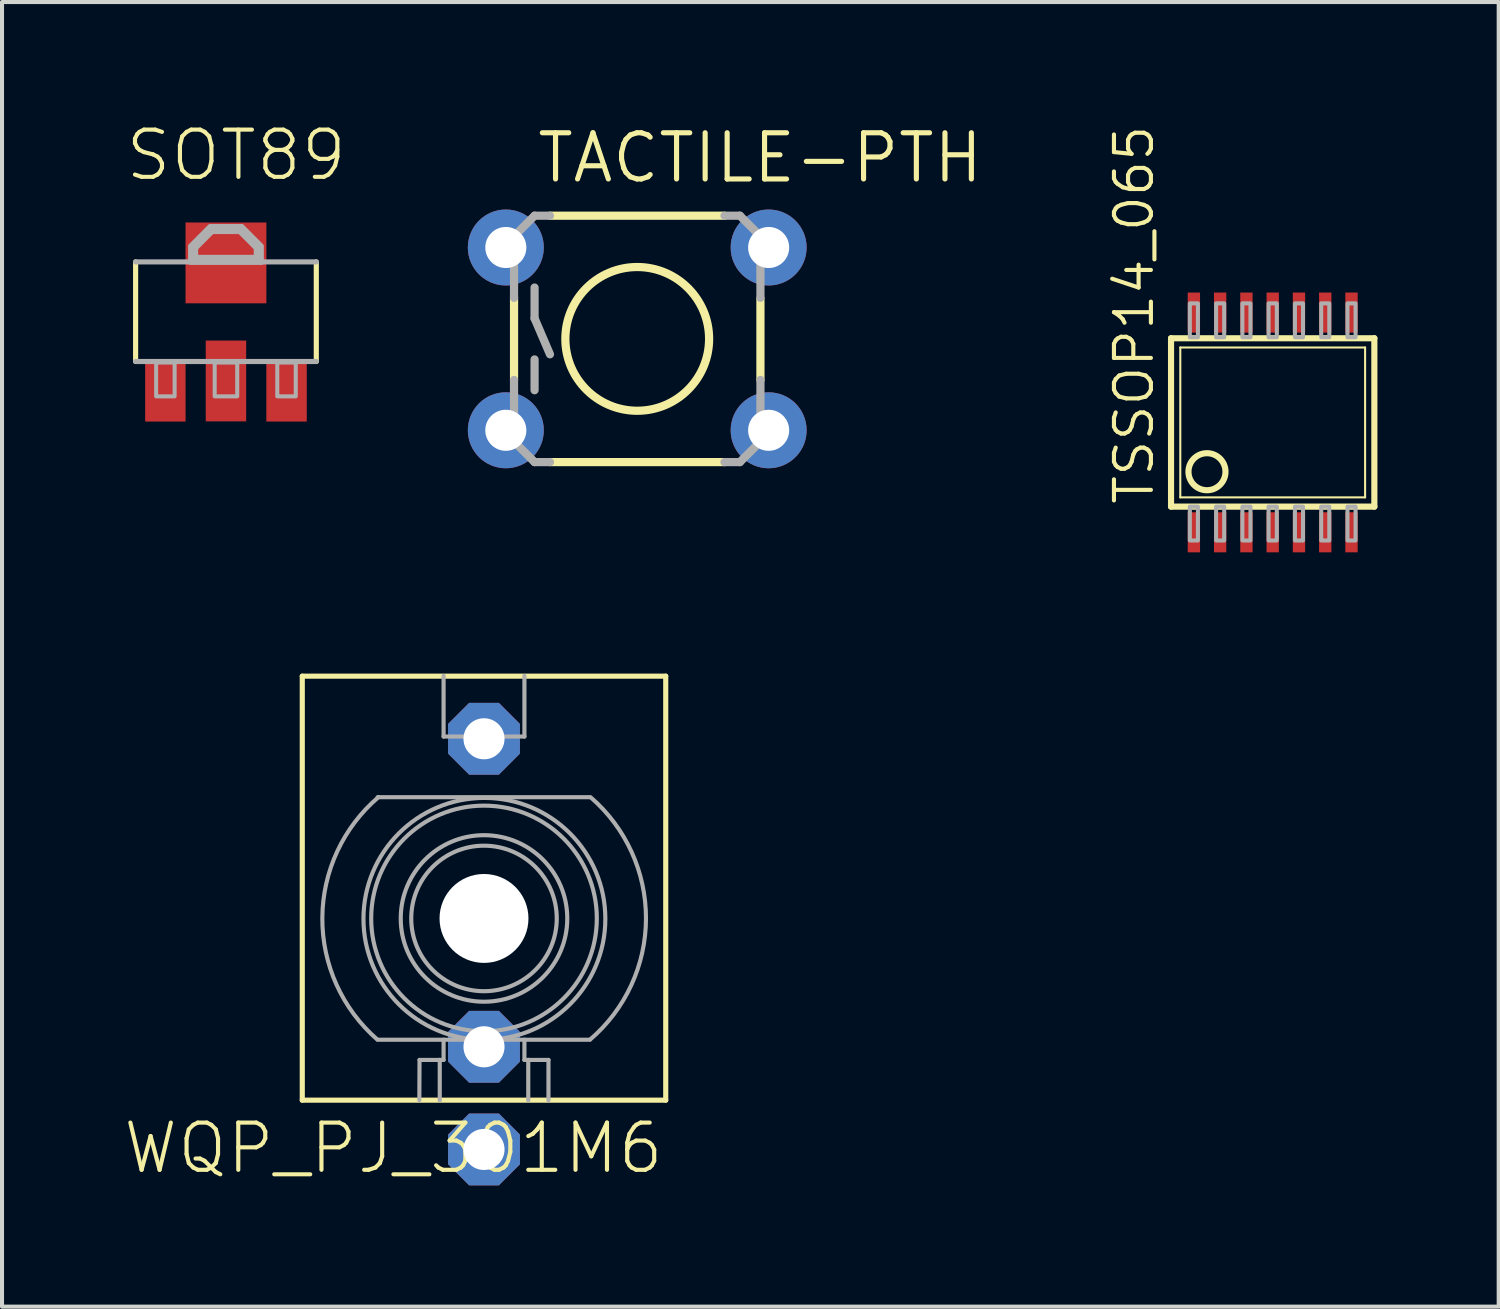
<source format=kicad_pcb>
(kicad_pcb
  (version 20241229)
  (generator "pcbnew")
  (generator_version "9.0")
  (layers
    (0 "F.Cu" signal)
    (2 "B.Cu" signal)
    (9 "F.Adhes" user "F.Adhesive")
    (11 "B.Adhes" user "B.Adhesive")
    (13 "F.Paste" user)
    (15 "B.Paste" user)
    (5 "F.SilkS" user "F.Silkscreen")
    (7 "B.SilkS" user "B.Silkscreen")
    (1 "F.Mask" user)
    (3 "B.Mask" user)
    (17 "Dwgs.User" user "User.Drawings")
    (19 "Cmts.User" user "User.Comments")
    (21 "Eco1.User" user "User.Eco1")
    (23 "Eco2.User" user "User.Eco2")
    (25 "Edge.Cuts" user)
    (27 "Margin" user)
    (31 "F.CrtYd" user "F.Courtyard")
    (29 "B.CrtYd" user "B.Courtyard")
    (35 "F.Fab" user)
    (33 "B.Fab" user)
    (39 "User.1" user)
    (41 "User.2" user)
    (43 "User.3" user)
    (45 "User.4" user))
  (footprint "TSSOP14_065"
    (layer "F.Cu")
    (at 28.436 7.401)
    (property "Reference" "TSSOP14_065" (at -2.896 2.083 90) (layer "F.SilkS") (effects (font (size 0.914 0.914) (thickness 0.102)) (justify left bottom)))
    (fp_line (start -2.515 2.083) (end -2.515 -2.083) (stroke (width 0.152) (type solid)) (layer "F.SilkS"))
    (fp_line (start -2.515 2.083) (end 2.515 2.083) (stroke (width 0.152) (type solid)) (layer "F.SilkS"))
    (fp_line (start -2.286 1.854) (end -2.286 -1.854) (stroke (width 0.051) (type solid)) (layer "F.SilkS"))
    (fp_line (start -2.286 1.854) (end 2.286 1.854) (stroke (width 0.051) (type solid)) (layer "F.SilkS"))
    (fp_line (start 2.286 -1.854) (end -2.286 -1.854) (stroke (width 0.051) (type solid)) (layer "F.SilkS"))
    (fp_line (start 2.286 -1.854) (end 2.286 1.854) (stroke (width 0.051) (type solid)) (layer "F.SilkS"))
    (fp_line (start 2.515 -2.083) (end -2.515 -2.083) (stroke (width 0.152) (type solid)) (layer "F.SilkS"))
    (fp_line (start 2.515 -2.083) (end 2.515 2.083) (stroke (width 0.152) (type solid)) (layer "F.SilkS"))
    (fp_circle (center -1.626 1.219) (end -1.168 1.219) (stroke (width 0.152) (type solid)) (fill no) (layer "F.SilkS"))
    (fp_poly (pts (xy -2.05 -2.108) (xy -1.85 -2.108) (xy -1.85 -2.946) (xy -2.05 -2.946)) (stroke (width 0.1) (type solid)) (fill no) (layer "F.Fab"))
    (fp_poly (pts (xy -2.05 2.921) (xy -1.85 2.921) (xy -1.85 2.083) (xy -2.05 2.083)) (stroke (width 0.1) (type solid)) (fill no) (layer "F.Fab"))
    (fp_poly (pts (xy -1.4 -2.108) (xy -1.2 -2.108) (xy -1.2 -2.946) (xy -1.4 -2.946)) (stroke (width 0.1) (type solid)) (fill no) (layer "F.Fab"))
    (fp_poly (pts (xy -1.4 2.921) (xy -1.2 2.921) (xy -1.2 2.083) (xy -1.4 2.083)) (stroke (width 0.1) (type solid)) (fill no) (layer "F.Fab"))
    (fp_poly (pts (xy -0.75 -2.108) (xy -0.55 -2.108) (xy -0.55 -2.946) (xy -0.75 -2.946)) (stroke (width 0.1) (type solid)) (fill no) (layer "F.Fab"))
    (fp_poly (pts (xy -0.75 2.921) (xy -0.55 2.921) (xy -0.55 2.083) (xy -0.75 2.083)) (stroke (width 0.1) (type solid)) (fill no) (layer "F.Fab"))
    (fp_poly (pts (xy -0.102 -2.108) (xy 0.102 -2.108) (xy 0.102 -2.946) (xy -0.102 -2.946)) (stroke (width 0.1) (type solid)) (fill no) (layer "F.Fab"))
    (fp_poly (pts (xy -0.102 2.921) (xy 0.102 2.921) (xy 0.102 2.083) (xy -0.102 2.083)) (stroke (width 0.1) (type solid)) (fill no) (layer "F.Fab"))
    (fp_poly (pts (xy 0.55 -2.108) (xy 0.75 -2.108) (xy 0.75 -2.946) (xy 0.55 -2.946)) (stroke (width 0.1) (type solid)) (fill no) (layer "F.Fab"))
    (fp_poly (pts (xy 0.55 2.921) (xy 0.75 2.921) (xy 0.75 2.083) (xy 0.55 2.083)) (stroke (width 0.1) (type solid)) (fill no) (layer "F.Fab"))
    (fp_poly (pts (xy 1.2 -2.108) (xy 1.4 -2.108) (xy 1.4 -2.946) (xy 1.2 -2.946)) (stroke (width 0.1) (type solid)) (fill no) (layer "F.Fab"))
    (fp_poly (pts (xy 1.2 2.921) (xy 1.4 2.921) (xy 1.4 2.083) (xy 1.2 2.083)) (stroke (width 0.1) (type solid)) (fill no) (layer "F.Fab"))
    (fp_poly (pts (xy 1.85 -2.108) (xy 2.05 -2.108) (xy 2.05 -2.946) (xy 1.85 -2.946)) (stroke (width 0.1) (type solid)) (fill no) (layer "F.Fab"))
    (fp_poly (pts (xy 1.85 2.921) (xy 2.05 2.921) (xy 2.05 2.083) (xy 1.85 2.083)) (stroke (width 0.1) (type solid)) (fill no) (layer "F.Fab"))
    (pad "1" smd rect (at -1.95 2.718) (size 0.305 0.991) (layers "F.Cu" "F.Mask" "F.Paste"))
    (pad "2" smd rect (at -1.3 2.718) (size 0.305 0.991) (layers "F.Cu" "F.Mask" "F.Paste"))
    (pad "3" smd rect (at -0.65 2.718) (size 0.305 0.991) (layers "F.Cu" "F.Mask" "F.Paste"))
    (pad "4" smd rect (at 0 2.718) (size 0.305 0.991) (layers "F.Cu" "F.Mask" "F.Paste"))
    (pad "5" smd rect (at 0.65 2.718) (size 0.305 0.991) (layers "F.Cu" "F.Mask" "F.Paste"))
    (pad "6" smd rect (at 1.3 2.718) (size 0.305 0.991) (layers "F.Cu" "F.Mask" "F.Paste"))
    (pad "7" smd rect (at 1.95 2.718) (size 0.305 0.991) (layers "F.Cu" "F.Mask" "F.Paste"))
    (pad "8" smd rect (at 1.95 -2.718) (size 0.305 0.991) (layers "F.Cu" "F.Mask" "F.Paste"))
    (pad "9" smd rect (at 1.3 -2.718) (size 0.305 0.991) (layers "F.Cu" "F.Mask" "F.Paste"))
    (pad "10" smd rect (at 0.65 -2.718) (size 0.305 0.991) (layers "F.Cu" "F.Mask" "F.Paste"))
    (pad "11" smd rect (at 0 -2.718) (size 0.305 0.991) (layers "F.Cu" "F.Mask" "F.Paste"))
    (pad "12" smd rect (at -0.65 -2.718) (size 0.305 0.991) (layers "F.Cu" "F.Mask" "F.Paste"))
    (pad "13" smd rect (at -1.3 -2.718) (size 0.305 0.991) (layers "F.Cu" "F.Mask" "F.Paste"))
    (pad "14" smd rect (at -1.95 -2.718) (size 0.305 0.991) (layers "F.Cu" "F.Mask" "F.Paste")))
  (footprint "WQP_PJ_301M6"
    (layer "F.Cu")
    (at 8.924 19.672)
    (property "Reference" "WQP_PJ_301M6" (at 4.5 5 0) (layer "F.SilkS") (effects (font (size 1.168 1.168) (thickness 0.102)) (justify right top)))
    (fp_line (start -4.496 -5.994) (end 4.496 -5.994) (stroke (width 0.127) (type solid)) (layer "F.SilkS"))
    (fp_line (start -4.496 4.496) (end -4.496 -5.994) (stroke (width 0.127) (type solid)) (layer "F.SilkS"))
    (fp_line (start 4.496 -5.994) (end 4.496 4.496) (stroke (width 0.127) (type solid)) (layer "F.SilkS"))
    (fp_line (start 4.496 4.496) (end -4.496 4.496) (stroke (width 0.127) (type solid)) (layer "F.SilkS"))
    (fp_line (start -2.631 -3) (end 2.62 -3) (stroke (width 0.102) (type solid)) (layer "F.Fab"))
    (fp_line (start -2.631 3) (end 2.62 3) (stroke (width 0.102) (type solid)) (layer "F.Fab"))
    (fp_line (start -1.6 4.496) (end -1.595 3.5) (stroke (width 0.102) (type solid)) (layer "F.Fab"))
    (fp_line (start -1.595 3.5) (end -1.095 3.5) (stroke (width 0.102) (type solid)) (layer "F.Fab"))
    (fp_line (start -1.095 3.5) (end -1.095 4.5) (stroke (width 0.102) (type solid)) (layer "F.Fab"))
    (fp_line (start -1.095 3.5) (end -1 3.5) (stroke (width 0.102) (type solid)) (layer "F.Fab"))
    (fp_line (start -1 -4.5) (end -1 -6) (stroke (width 0.102) (type solid)) (layer "F.Fab"))
    (fp_line (start -1 0) (end 1 0) (stroke (width 0.102) (type solid)) (layer "F.Fab"))
    (fp_line (start -1 3.5) (end -1 3) (stroke (width 0.102) (type solid)) (layer "F.Fab"))
    (fp_line (start 0 -1) (end 0 1) (stroke (width 0.102) (type solid)) (layer "F.Fab"))
    (fp_line (start 1 -6) (end 1 -4.5) (stroke (width 0.102) (type solid)) (layer "F.Fab"))
    (fp_line (start 1 -4.5) (end -1 -4.5) (stroke (width 0.102) (type solid)) (layer "F.Fab"))
    (fp_line (start 1 3) (end 1 3.5) (stroke (width 0.102) (type solid)) (layer "F.Fab"))
    (fp_line (start 1 3.5) (end 1.095 3.5) (stroke (width 0.102) (type solid)) (layer "F.Fab"))
    (fp_line (start 1.095 3.5) (end 1.095 4.5) (stroke (width 0.102) (type solid)) (layer "F.Fab"))
    (fp_line (start 1.095 3.5) (end 1.595 3.5) (stroke (width 0.102) (type solid)) (layer "F.Fab"))
    (fp_line (start 1.595 3.5) (end 1.595 4.5) (stroke (width 0.102) (type solid)) (layer "F.Fab"))
    (fp_arc (start -2.641998 2.994) (mid -3.999529 -0.012791) (end -2.608 -3.004) (stroke (width 0.1016) (type solid)) (layer "F.Fab"))
    (fp_arc (start 2.642 -2.994) (mid 4.007235 0.003208) (end 2.628 2.994) (stroke (width 0.1016) (type solid)) (layer "F.Fab"))
    (fp_circle (center 0 0) (end 1.8 0) (stroke (width 0.102) (type solid)) (fill no) (layer "F.Fab"))
    (fp_circle (center 0 0) (end 2.06 0) (stroke (width 0.102) (type solid)) (fill no) (layer "F.Fab"))
    (fp_circle (center 0 0) (end 2.791 0) (stroke (width 0.102) (type solid)) (fill no) (layer "F.Fab"))
    (fp_circle (center 0.01 0.01) (end 3.002 0.01) (stroke (width 0.102) (type solid)) (fill no) (layer "F.Fab"))
    (pad "" np_thru_hole circle (at 0 0) (size 2.2 2.2) (drill 2.2) (layers "*.Cu" "*.Mask"))
    (pad "P1" thru_hole roundrect (at 0 5.715) (size 1.778 1.778) (drill 1.016) (layers "*.Cu" "*.Mask") (roundrect_rratio 0.25) (chamfer_ratio 0.293) (chamfer top_left top_right bottom_left bottom_right))
    (pad "P2" thru_hole roundrect (at 0 3.175) (size 1.778 1.778) (drill 1.016) (layers "*.Cu" "*.Mask") (roundrect_rratio 0.25) (chamfer_ratio 0.293) (chamfer top_left top_right bottom_left bottom_right))
    (pad "P3" thru_hole roundrect (at 0 -4.445) (size 1.778 1.778) (drill 1.016) (layers "*.Cu" "*.Mask") (roundrect_rratio 0.25) (chamfer_ratio 0.293) (chamfer top_left top_right bottom_left bottom_right)))
  (footprint "SOT89"
    (layer "F.Cu")
    (at 2.54 4.648)
    (property "Reference" "SOT89" (at -2.54 -3.175 0) (layer "F.SilkS") (effects (font (size 1.168 1.168) (thickness 0.102)) (justify left bottom)))
    (fp_poly (pts (xy -2.025 2.775) (xy -0.975 2.775) (xy -0.975 1.2) (xy -2.025 1.2)) (stroke (width 0) (type solid)) (fill yes) (layer "F.Mask"))
    (fp_poly (pts (xy -0.525 2.775) (xy 0.525 2.775) (xy 0.525 1.2) (xy -0.525 1.2)) (stroke (width 0) (type solid)) (fill yes) (layer "F.Mask"))
    (fp_poly (pts (xy 0.975 2.775) (xy 2.025 2.775) (xy 2.025 1.2) (xy 0.975 1.2)) (stroke (width 0) (type solid)) (fill yes) (layer "F.Mask"))
    (fp_line (start -2.235 1.245) (end -2.235 -1.219) (stroke (width 0.127) (type solid)) (layer "F.SilkS"))
    (fp_line (start 2.235 -1.219) (end 2.235 1.245) (stroke (width 0.127) (type solid)) (layer "F.SilkS"))
    (fp_poly (pts (xy -1.9 2.68) (xy -1.1 2.68) (xy -1.1 1.28) (xy -1.9 1.28)) (stroke (width 0) (type solid)) (fill yes) (layer "F.Paste"))
    (fp_poly (pts (xy -0.9 0) (xy 0.9 0) (xy 0.9 -2.2) (xy -0.9 -2.2)) (stroke (width 0) (type solid)) (fill yes) (layer "F.Paste"))
    (fp_poly (pts (xy -0.4 2.68) (xy 0.4 2.68) (xy 0.4 1.28) (xy -0.4 1.28)) (stroke (width 0) (type solid)) (fill yes) (layer "F.Paste"))
    (fp_poly (pts (xy 1.1 2.68) (xy 1.9 2.68) (xy 1.9 1.28) (xy 1.1 1.28)) (stroke (width 0) (type solid)) (fill yes) (layer "F.Paste"))
    (fp_line (start -2.235 -1.219) (end 2.235 -1.219) (stroke (width 0.127) (type solid)) (layer "F.Fab"))
    (fp_line (start -0.787 -1.575) (end -0.356 -2.007) (stroke (width 0.2) (type solid)) (layer "F.Fab"))
    (fp_line (start -0.787 -1.295) (end -0.787 -1.575) (stroke (width 0.2) (type solid)) (layer "F.Fab"))
    (fp_line (start -0.356 -2.007) (end 0.356 -2.007) (stroke (width 0.2) (type solid)) (layer "F.Fab"))
    (fp_line (start 0.356 -2.007) (end 0.787 -1.575) (stroke (width 0.2) (type solid)) (layer "F.Fab"))
    (fp_line (start 0.787 -1.575) (end 0.787 -1.295) (stroke (width 0.2) (type solid)) (layer "F.Fab"))
    (fp_line (start 0.787 -1.295) (end -0.787 -1.295) (stroke (width 0.2) (type solid)) (layer "F.Fab"))
    (fp_line (start 2.235 1.245) (end -2.235 1.245) (stroke (width 0.127) (type solid)) (layer "F.Fab"))
    (fp_poly (pts (xy -1.727 2.108) (xy -1.27 2.108) (xy -1.27 1.27) (xy -1.727 1.27)) (stroke (width 0.1) (type solid)) (fill no) (layer "F.Fab"))
    (fp_poly (pts (xy -0.279 2.108) (xy 0.279 2.108) (xy 0.279 1.27) (xy -0.279 1.27)) (stroke (width 0.1) (type solid)) (fill no) (layer "F.Fab"))
    (fp_poly (pts (xy 1.27 2.108) (xy 1.727 2.108) (xy 1.727 1.27) (xy 1.27 1.27)) (stroke (width 0.1) (type solid)) (fill no) (layer "F.Fab"))
    (fp_poly (pts (xy 0.887 -1.616) (xy 0.887 -1.196) (xy -0.887 -1.196) (xy -0.887 -1.616) (xy -0.397 -2.107) (xy 0.397 -2.107)) (stroke (width 0.1) (type solid)) (fill no) (layer "F.Fab"))
    (pad "1" smd rect (at -1.499 1.981) (size 1 1.5) (layers "F.Cu"))
    (pad "2" smd rect (at 0 1.727) (size 1 2) (layers "F.Cu"))
    (pad "2@1" smd rect (at 0 -1.194 90) (size 2 2) (layers "F.Cu" "F.Mask"))
    (pad "3" smd rect (at 1.499 1.981) (size 1 1.5) (layers "F.Cu")))
  (footprint "TACTILE-PTH"
    (layer "F.Cu")
    (at 12.715 5.334)
    (property "Reference" "TACTILE-PTH" (at -2.54 -3.81 0) (layer "F.SilkS") (effects (font (size 1.143 1.143) (thickness 0.127)) (justify left bottom)))
    (fp_line (start -3.048 -1.028) (end -3.048 1.016) (stroke (width 0.203) (type solid)) (layer "F.SilkS"))
    (fp_line (start -2.159 3.048) (end 2.159 3.048) (stroke (width 0.203) (type solid)) (layer "F.SilkS"))
    (fp_line (start 2.159 -3.048) (end -2.159 -3.048) (stroke (width 0.203) (type solid)) (layer "F.SilkS"))
    (fp_line (start 3.048 -0.998) (end 3.048 1.016) (stroke (width 0.203) (type solid)) (layer "F.SilkS"))
    (fp_circle (center 0 0) (end 1.778 0) (stroke (width 0.203) (type solid)) (fill no) (layer "F.SilkS"))
    (fp_line (start -3.048 -2.54) (end -3.048 -1.016) (stroke (width 0.203) (type solid)) (layer "F.Fab"))
    (fp_line (start -3.048 2.54) (end -3.048 1.016) (stroke (width 0.203) (type solid)) (layer "F.Fab"))
    (fp_line (start -2.54 -3.048) (end -3.048 -2.54) (stroke (width 0.203) (type solid)) (layer "F.Fab"))
    (fp_line (start -2.54 -3.048) (end -2.159 -3.048) (stroke (width 0.203) (type solid)) (layer "F.Fab"))
    (fp_line (start -2.54 -1.27) (end -2.54 -0.508) (stroke (width 0.203) (type solid)) (layer "F.Fab"))
    (fp_line (start -2.54 -0.508) (end -2.159 0.381) (stroke (width 0.203) (type solid)) (layer "F.Fab"))
    (fp_line (start -2.54 0.508) (end -2.54 1.27) (stroke (width 0.203) (type solid)) (layer "F.Fab"))
    (fp_line (start -2.54 3.048) (end -3.048 2.54) (stroke (width 0.203) (type solid)) (layer "F.Fab"))
    (fp_line (start -2.54 3.048) (end -2.159 3.048) (stroke (width 0.203) (type solid)) (layer "F.Fab"))
    (fp_line (start 2.54 -3.048) (end 2.159 -3.048) (stroke (width 0.203) (type solid)) (layer "F.Fab"))
    (fp_line (start 2.54 3.048) (end 2.159 3.048) (stroke (width 0.203) (type solid)) (layer "F.Fab"))
    (fp_line (start 2.54 3.048) (end 3.048 2.54) (stroke (width 0.203) (type solid)) (layer "F.Fab"))
    (fp_line (start 3.048 -2.54) (end 2.54 -3.048) (stroke (width 0.203) (type solid)) (layer "F.Fab"))
    (fp_line (start 3.048 -1.016) (end 3.048 -2.54) (stroke (width 0.203) (type solid)) (layer "F.Fab"))
    (fp_line (start 3.048 2.54) (end 3.048 1.016) (stroke (width 0.203) (type solid)) (layer "F.Fab"))
    (pad "1" thru_hole circle (at -3.251 -2.261) (size 1.88 1.88) (drill 1.016) (layers "*.Cu" "*.Mask"))
    (pad "2" thru_hole circle (at 3.251 -2.261) (size 1.88 1.88) (drill 1.016) (layers "*.Cu" "*.Mask"))
    (pad "3" thru_hole circle (at -3.251 2.261) (size 1.88 1.88) (drill 1.016) (layers "*.Cu" "*.Mask"))
    (pad "4" thru_hole circle (at 3.251 2.261) (size 1.88 1.88) (drill 1.016) (layers "*.Cu" "*.Mask")))
  (gr_rect
    (start -3 -3)
    (end 34.027 29.276)
    (stroke (width 0.1) (type default))
    (fill no)
    (layer "Edge.Cuts")))
</source>
